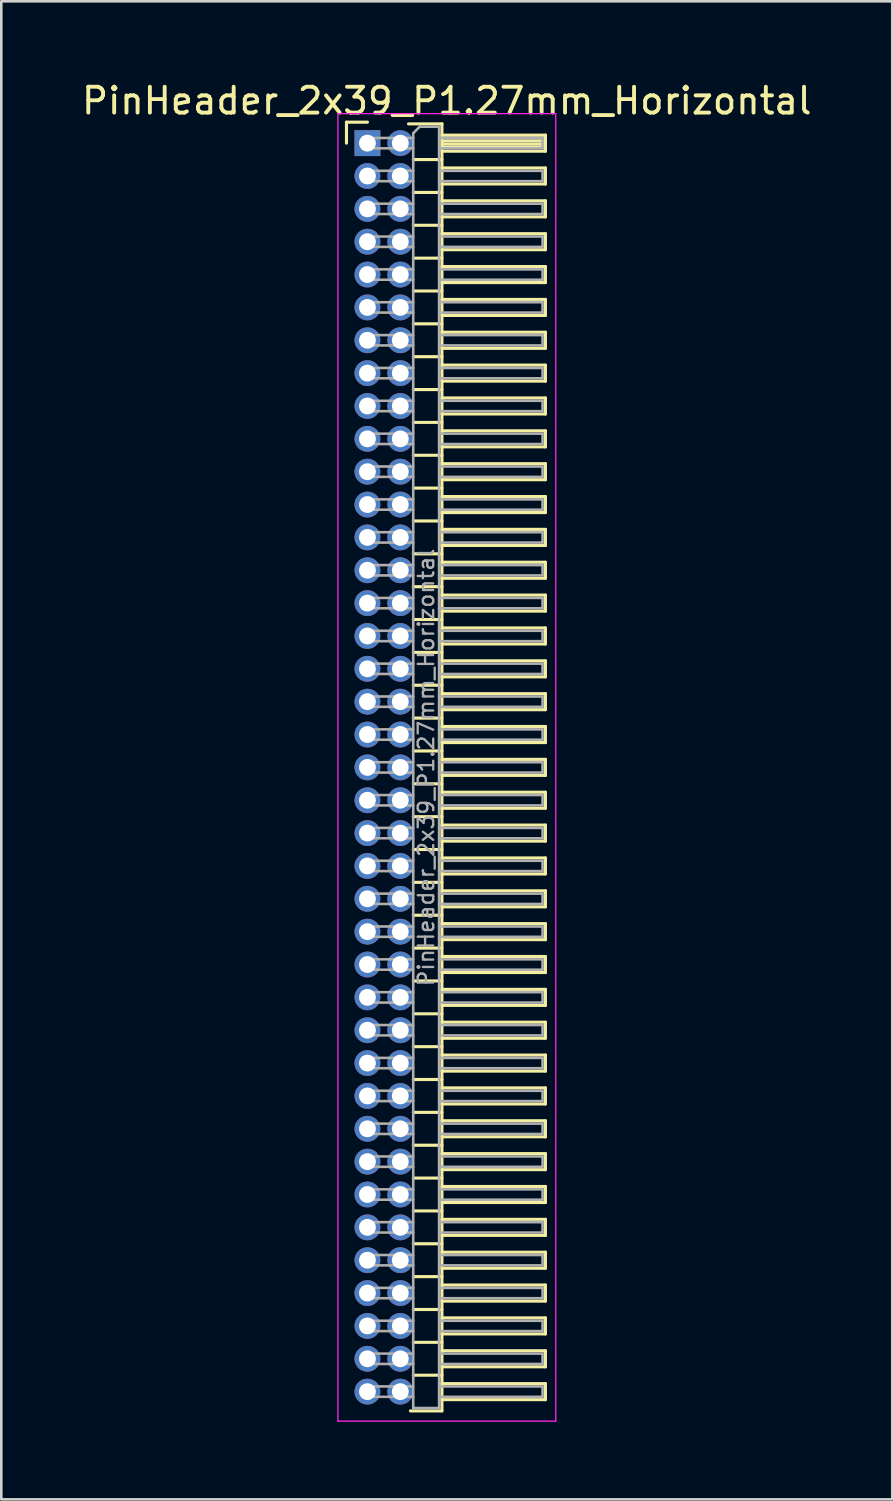
<source format=kicad_pcb>
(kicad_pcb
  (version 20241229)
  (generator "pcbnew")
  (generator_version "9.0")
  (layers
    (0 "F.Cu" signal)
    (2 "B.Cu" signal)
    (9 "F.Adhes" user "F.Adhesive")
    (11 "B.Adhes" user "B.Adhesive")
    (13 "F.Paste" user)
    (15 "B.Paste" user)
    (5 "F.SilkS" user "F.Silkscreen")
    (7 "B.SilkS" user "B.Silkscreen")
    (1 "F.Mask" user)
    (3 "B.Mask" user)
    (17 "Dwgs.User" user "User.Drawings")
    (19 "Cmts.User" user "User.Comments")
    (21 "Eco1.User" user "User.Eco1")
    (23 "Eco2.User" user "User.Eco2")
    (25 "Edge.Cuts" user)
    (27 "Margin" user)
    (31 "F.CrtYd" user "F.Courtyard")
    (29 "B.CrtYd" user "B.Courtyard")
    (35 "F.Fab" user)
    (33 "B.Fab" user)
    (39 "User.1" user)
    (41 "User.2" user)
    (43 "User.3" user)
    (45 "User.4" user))
  (footprint "PinHeader_2x39_P1.27mm_Horizontal"
    (layer "F.Cu")
    (at 11.153 2.483)
    (property "Reference" "PinHeader_2x39_P1.27mm_Horizontal" (at 3.067 -1.635 0) (layer "F.SilkS") (effects (font (size 1 1) (thickness 0.15))))
    (attr through_hole)
    (fp_line (start -0.81 -0.81) (end 0 -0.81) (stroke (width 0.12) (type solid)) (layer "F.SilkS"))
    (fp_line (start -0.81 0) (end -0.81 -0.81) (stroke (width 0.12) (type solid)) (layer "F.SilkS"))
    (fp_line (start 1.588 -0.745) (end 2.88 -0.745) (stroke (width 0.12) (type solid)) (layer "F.SilkS"))
    (fp_line (start 1.773 0.635) (end 2.88 0.635) (stroke (width 0.12) (type solid)) (layer "F.SilkS"))
    (fp_line (start 1.773 1.905) (end 2.88 1.905) (stroke (width 0.12) (type solid)) (layer "F.SilkS"))
    (fp_line (start 1.773 3.175) (end 2.88 3.175) (stroke (width 0.12) (type solid)) (layer "F.SilkS"))
    (fp_line (start 1.773 4.445) (end 2.88 4.445) (stroke (width 0.12) (type solid)) (layer "F.SilkS"))
    (fp_line (start 1.773 5.715) (end 2.88 5.715) (stroke (width 0.12) (type solid)) (layer "F.SilkS"))
    (fp_line (start 1.773 6.985) (end 2.88 6.985) (stroke (width 0.12) (type solid)) (layer "F.SilkS"))
    (fp_line (start 1.773 8.255) (end 2.88 8.255) (stroke (width 0.12) (type solid)) (layer "F.SilkS"))
    (fp_line (start 1.773 9.525) (end 2.88 9.525) (stroke (width 0.12) (type solid)) (layer "F.SilkS"))
    (fp_line (start 1.773 10.795) (end 2.88 10.795) (stroke (width 0.12) (type solid)) (layer "F.SilkS"))
    (fp_line (start 1.773 12.065) (end 2.88 12.065) (stroke (width 0.12) (type solid)) (layer "F.SilkS"))
    (fp_line (start 1.773 13.335) (end 2.88 13.335) (stroke (width 0.12) (type solid)) (layer "F.SilkS"))
    (fp_line (start 1.773 14.605) (end 2.88 14.605) (stroke (width 0.12) (type solid)) (layer "F.SilkS"))
    (fp_line (start 1.773 15.875) (end 2.88 15.875) (stroke (width 0.12) (type solid)) (layer "F.SilkS"))
    (fp_line (start 1.773 17.145) (end 2.88 17.145) (stroke (width 0.12) (type solid)) (layer "F.SilkS"))
    (fp_line (start 1.773 18.415) (end 2.88 18.415) (stroke (width 0.12) (type solid)) (layer "F.SilkS"))
    (fp_line (start 1.773 19.685) (end 2.88 19.685) (stroke (width 0.12) (type solid)) (layer "F.SilkS"))
    (fp_line (start 1.773 20.955) (end 2.88 20.955) (stroke (width 0.12) (type solid)) (layer "F.SilkS"))
    (fp_line (start 1.773 22.225) (end 2.88 22.225) (stroke (width 0.12) (type solid)) (layer "F.SilkS"))
    (fp_line (start 1.773 23.495) (end 2.88 23.495) (stroke (width 0.12) (type solid)) (layer "F.SilkS"))
    (fp_line (start 1.773 24.765) (end 2.88 24.765) (stroke (width 0.12) (type solid)) (layer "F.SilkS"))
    (fp_line (start 1.773 26.035) (end 2.88 26.035) (stroke (width 0.12) (type solid)) (layer "F.SilkS"))
    (fp_line (start 1.773 27.305) (end 2.88 27.305) (stroke (width 0.12) (type solid)) (layer "F.SilkS"))
    (fp_line (start 1.773 28.575) (end 2.88 28.575) (stroke (width 0.12) (type solid)) (layer "F.SilkS"))
    (fp_line (start 1.773 29.845) (end 2.88 29.845) (stroke (width 0.12) (type solid)) (layer "F.SilkS"))
    (fp_line (start 1.773 31.115) (end 2.88 31.115) (stroke (width 0.12) (type solid)) (layer "F.SilkS"))
    (fp_line (start 1.773 32.385) (end 2.88 32.385) (stroke (width 0.12) (type solid)) (layer "F.SilkS"))
    (fp_line (start 1.773 33.655) (end 2.88 33.655) (stroke (width 0.12) (type solid)) (layer "F.SilkS"))
    (fp_line (start 1.773 34.925) (end 2.88 34.925) (stroke (width 0.12) (type solid)) (layer "F.SilkS"))
    (fp_line (start 1.773 36.195) (end 2.88 36.195) (stroke (width 0.12) (type solid)) (layer "F.SilkS"))
    (fp_line (start 1.773 37.465) (end 2.88 37.465) (stroke (width 0.12) (type solid)) (layer "F.SilkS"))
    (fp_line (start 1.773 38.735) (end 2.88 38.735) (stroke (width 0.12) (type solid)) (layer "F.SilkS"))
    (fp_line (start 1.773 40.005) (end 2.88 40.005) (stroke (width 0.12) (type solid)) (layer "F.SilkS"))
    (fp_line (start 1.773 41.275) (end 2.88 41.275) (stroke (width 0.12) (type solid)) (layer "F.SilkS"))
    (fp_line (start 1.773 42.545) (end 2.88 42.545) (stroke (width 0.12) (type solid)) (layer "F.SilkS"))
    (fp_line (start 1.773 43.815) (end 2.88 43.815) (stroke (width 0.12) (type solid)) (layer "F.SilkS"))
    (fp_line (start 1.773 45.085) (end 2.88 45.085) (stroke (width 0.12) (type solid)) (layer "F.SilkS"))
    (fp_line (start 1.773 46.355) (end 2.88 46.355) (stroke (width 0.12) (type solid)) (layer "F.SilkS"))
    (fp_line (start 1.773 47.625) (end 2.88 47.625) (stroke (width 0.12) (type solid)) (layer "F.SilkS"))
    (fp_line (start 2.88 -0.745) (end 2.88 49.005) (stroke (width 0.12) (type solid)) (layer "F.SilkS"))
    (fp_line (start 2.88 -0.31) (end 6.88 -0.31) (stroke (width 0.12) (type solid)) (layer "F.SilkS"))
    (fp_line (start 2.88 -0.2) (end 6.88 -0.2) (stroke (width 0.12) (type solid)) (layer "F.SilkS"))
    (fp_line (start 2.88 -0.08) (end 6.88 -0.08) (stroke (width 0.12) (type solid)) (layer "F.SilkS"))
    (fp_line (start 2.88 0.04) (end 6.88 0.04) (stroke (width 0.12) (type solid)) (layer "F.SilkS"))
    (fp_line (start 2.88 0.16) (end 6.88 0.16) (stroke (width 0.12) (type solid)) (layer "F.SilkS"))
    (fp_line (start 2.88 0.96) (end 6.88 0.96) (stroke (width 0.12) (type solid)) (layer "F.SilkS"))
    (fp_line (start 2.88 2.23) (end 6.88 2.23) (stroke (width 0.12) (type solid)) (layer "F.SilkS"))
    (fp_line (start 2.88 3.5) (end 6.88 3.5) (stroke (width 0.12) (type solid)) (layer "F.SilkS"))
    (fp_line (start 2.88 4.77) (end 6.88 4.77) (stroke (width 0.12) (type solid)) (layer "F.SilkS"))
    (fp_line (start 2.88 6.04) (end 6.88 6.04) (stroke (width 0.12) (type solid)) (layer "F.SilkS"))
    (fp_line (start 2.88 7.31) (end 6.88 7.31) (stroke (width 0.12) (type solid)) (layer "F.SilkS"))
    (fp_line (start 2.88 8.58) (end 6.88 8.58) (stroke (width 0.12) (type solid)) (layer "F.SilkS"))
    (fp_line (start 2.88 9.85) (end 6.88 9.85) (stroke (width 0.12) (type solid)) (layer "F.SilkS"))
    (fp_line (start 2.88 11.12) (end 6.88 11.12) (stroke (width 0.12) (type solid)) (layer "F.SilkS"))
    (fp_line (start 2.88 12.39) (end 6.88 12.39) (stroke (width 0.12) (type solid)) (layer "F.SilkS"))
    (fp_line (start 2.88 13.66) (end 6.88 13.66) (stroke (width 0.12) (type solid)) (layer "F.SilkS"))
    (fp_line (start 2.88 14.93) (end 6.88 14.93) (stroke (width 0.12) (type solid)) (layer "F.SilkS"))
    (fp_line (start 2.88 16.2) (end 6.88 16.2) (stroke (width 0.12) (type solid)) (layer "F.SilkS"))
    (fp_line (start 2.88 17.47) (end 6.88 17.47) (stroke (width 0.12) (type solid)) (layer "F.SilkS"))
    (fp_line (start 2.88 18.74) (end 6.88 18.74) (stroke (width 0.12) (type solid)) (layer "F.SilkS"))
    (fp_line (start 2.88 20.01) (end 6.88 20.01) (stroke (width 0.12) (type solid)) (layer "F.SilkS"))
    (fp_line (start 2.88 21.28) (end 6.88 21.28) (stroke (width 0.12) (type solid)) (layer "F.SilkS"))
    (fp_line (start 2.88 22.55) (end 6.88 22.55) (stroke (width 0.12) (type solid)) (layer "F.SilkS"))
    (fp_line (start 2.88 23.82) (end 6.88 23.82) (stroke (width 0.12) (type solid)) (layer "F.SilkS"))
    (fp_line (start 2.88 25.09) (end 6.88 25.09) (stroke (width 0.12) (type solid)) (layer "F.SilkS"))
    (fp_line (start 2.88 26.36) (end 6.88 26.36) (stroke (width 0.12) (type solid)) (layer "F.SilkS"))
    (fp_line (start 2.88 27.63) (end 6.88 27.63) (stroke (width 0.12) (type solid)) (layer "F.SilkS"))
    (fp_line (start 2.88 28.9) (end 6.88 28.9) (stroke (width 0.12) (type solid)) (layer "F.SilkS"))
    (fp_line (start 2.88 30.17) (end 6.88 30.17) (stroke (width 0.12) (type solid)) (layer "F.SilkS"))
    (fp_line (start 2.88 31.44) (end 6.88 31.44) (stroke (width 0.12) (type solid)) (layer "F.SilkS"))
    (fp_line (start 2.88 32.71) (end 6.88 32.71) (stroke (width 0.12) (type solid)) (layer "F.SilkS"))
    (fp_line (start 2.88 33.98) (end 6.88 33.98) (stroke (width 0.12) (type solid)) (layer "F.SilkS"))
    (fp_line (start 2.88 35.25) (end 6.88 35.25) (stroke (width 0.12) (type solid)) (layer "F.SilkS"))
    (fp_line (start 2.88 36.52) (end 6.88 36.52) (stroke (width 0.12) (type solid)) (layer "F.SilkS"))
    (fp_line (start 2.88 37.79) (end 6.88 37.79) (stroke (width 0.12) (type solid)) (layer "F.SilkS"))
    (fp_line (start 2.88 39.06) (end 6.88 39.06) (stroke (width 0.12) (type solid)) (layer "F.SilkS"))
    (fp_line (start 2.88 40.33) (end 6.88 40.33) (stroke (width 0.12) (type solid)) (layer "F.SilkS"))
    (fp_line (start 2.88 41.6) (end 6.88 41.6) (stroke (width 0.12) (type solid)) (layer "F.SilkS"))
    (fp_line (start 2.88 42.87) (end 6.88 42.87) (stroke (width 0.12) (type solid)) (layer "F.SilkS"))
    (fp_line (start 2.88 44.14) (end 6.88 44.14) (stroke (width 0.12) (type solid)) (layer "F.SilkS"))
    (fp_line (start 2.88 45.41) (end 6.88 45.41) (stroke (width 0.12) (type solid)) (layer "F.SilkS"))
    (fp_line (start 2.88 46.68) (end 6.88 46.68) (stroke (width 0.12) (type solid)) (layer "F.SilkS"))
    (fp_line (start 2.88 47.95) (end 6.88 47.95) (stroke (width 0.12) (type solid)) (layer "F.SilkS"))
    (fp_line (start 2.88 49.005) (end 1.66 49.005) (stroke (width 0.12) (type solid)) (layer "F.SilkS"))
    (fp_line (start 6.88 -0.31) (end 6.88 0.31) (stroke (width 0.12) (type solid)) (layer "F.SilkS"))
    (fp_line (start 6.88 0.31) (end 2.88 0.31) (stroke (width 0.12) (type solid)) (layer "F.SilkS"))
    (fp_line (start 6.88 0.96) (end 6.88 1.58) (stroke (width 0.12) (type solid)) (layer "F.SilkS"))
    (fp_line (start 6.88 1.58) (end 2.88 1.58) (stroke (width 0.12) (type solid)) (layer "F.SilkS"))
    (fp_line (start 6.88 2.23) (end 6.88 2.85) (stroke (width 0.12) (type solid)) (layer "F.SilkS"))
    (fp_line (start 6.88 2.85) (end 2.88 2.85) (stroke (width 0.12) (type solid)) (layer "F.SilkS"))
    (fp_line (start 6.88 3.5) (end 6.88 4.12) (stroke (width 0.12) (type solid)) (layer "F.SilkS"))
    (fp_line (start 6.88 4.12) (end 2.88 4.12) (stroke (width 0.12) (type solid)) (layer "F.SilkS"))
    (fp_line (start 6.88 4.77) (end 6.88 5.39) (stroke (width 0.12) (type solid)) (layer "F.SilkS"))
    (fp_line (start 6.88 5.39) (end 2.88 5.39) (stroke (width 0.12) (type solid)) (layer "F.SilkS"))
    (fp_line (start 6.88 6.04) (end 6.88 6.66) (stroke (width 0.12) (type solid)) (layer "F.SilkS"))
    (fp_line (start 6.88 6.66) (end 2.88 6.66) (stroke (width 0.12) (type solid)) (layer "F.SilkS"))
    (fp_line (start 6.88 7.31) (end 6.88 7.93) (stroke (width 0.12) (type solid)) (layer "F.SilkS"))
    (fp_line (start 6.88 7.93) (end 2.88 7.93) (stroke (width 0.12) (type solid)) (layer "F.SilkS"))
    (fp_line (start 6.88 8.58) (end 6.88 9.2) (stroke (width 0.12) (type solid)) (layer "F.SilkS"))
    (fp_line (start 6.88 9.2) (end 2.88 9.2) (stroke (width 0.12) (type solid)) (layer "F.SilkS"))
    (fp_line (start 6.88 9.85) (end 6.88 10.47) (stroke (width 0.12) (type solid)) (layer "F.SilkS"))
    (fp_line (start 6.88 10.47) (end 2.88 10.47) (stroke (width 0.12) (type solid)) (layer "F.SilkS"))
    (fp_line (start 6.88 11.12) (end 6.88 11.74) (stroke (width 0.12) (type solid)) (layer "F.SilkS"))
    (fp_line (start 6.88 11.74) (end 2.88 11.74) (stroke (width 0.12) (type solid)) (layer "F.SilkS"))
    (fp_line (start 6.88 12.39) (end 6.88 13.01) (stroke (width 0.12) (type solid)) (layer "F.SilkS"))
    (fp_line (start 6.88 13.01) (end 2.88 13.01) (stroke (width 0.12) (type solid)) (layer "F.SilkS"))
    (fp_line (start 6.88 13.66) (end 6.88 14.28) (stroke (width 0.12) (type solid)) (layer "F.SilkS"))
    (fp_line (start 6.88 14.28) (end 2.88 14.28) (stroke (width 0.12) (type solid)) (layer "F.SilkS"))
    (fp_line (start 6.88 14.93) (end 6.88 15.55) (stroke (width 0.12) (type solid)) (layer "F.SilkS"))
    (fp_line (start 6.88 15.55) (end 2.88 15.55) (stroke (width 0.12) (type solid)) (layer "F.SilkS"))
    (fp_line (start 6.88 16.2) (end 6.88 16.82) (stroke (width 0.12) (type solid)) (layer "F.SilkS"))
    (fp_line (start 6.88 16.82) (end 2.88 16.82) (stroke (width 0.12) (type solid)) (layer "F.SilkS"))
    (fp_line (start 6.88 17.47) (end 6.88 18.09) (stroke (width 0.12) (type solid)) (layer "F.SilkS"))
    (fp_line (start 6.88 18.09) (end 2.88 18.09) (stroke (width 0.12) (type solid)) (layer "F.SilkS"))
    (fp_line (start 6.88 18.74) (end 6.88 19.36) (stroke (width 0.12) (type solid)) (layer "F.SilkS"))
    (fp_line (start 6.88 19.36) (end 2.88 19.36) (stroke (width 0.12) (type solid)) (layer "F.SilkS"))
    (fp_line (start 6.88 20.01) (end 6.88 20.63) (stroke (width 0.12) (type solid)) (layer "F.SilkS"))
    (fp_line (start 6.88 20.63) (end 2.88 20.63) (stroke (width 0.12) (type solid)) (layer "F.SilkS"))
    (fp_line (start 6.88 21.28) (end 6.88 21.9) (stroke (width 0.12) (type solid)) (layer "F.SilkS"))
    (fp_line (start 6.88 21.9) (end 2.88 21.9) (stroke (width 0.12) (type solid)) (layer "F.SilkS"))
    (fp_line (start 6.88 22.55) (end 6.88 23.17) (stroke (width 0.12) (type solid)) (layer "F.SilkS"))
    (fp_line (start 6.88 23.17) (end 2.88 23.17) (stroke (width 0.12) (type solid)) (layer "F.SilkS"))
    (fp_line (start 6.88 23.82) (end 6.88 24.44) (stroke (width 0.12) (type solid)) (layer "F.SilkS"))
    (fp_line (start 6.88 24.44) (end 2.88 24.44) (stroke (width 0.12) (type solid)) (layer "F.SilkS"))
    (fp_line (start 6.88 25.09) (end 6.88 25.71) (stroke (width 0.12) (type solid)) (layer "F.SilkS"))
    (fp_line (start 6.88 25.71) (end 2.88 25.71) (stroke (width 0.12) (type solid)) (layer "F.SilkS"))
    (fp_line (start 6.88 26.36) (end 6.88 26.98) (stroke (width 0.12) (type solid)) (layer "F.SilkS"))
    (fp_line (start 6.88 26.98) (end 2.88 26.98) (stroke (width 0.12) (type solid)) (layer "F.SilkS"))
    (fp_line (start 6.88 27.63) (end 6.88 28.25) (stroke (width 0.12) (type solid)) (layer "F.SilkS"))
    (fp_line (start 6.88 28.25) (end 2.88 28.25) (stroke (width 0.12) (type solid)) (layer "F.SilkS"))
    (fp_line (start 6.88 28.9) (end 6.88 29.52) (stroke (width 0.12) (type solid)) (layer "F.SilkS"))
    (fp_line (start 6.88 29.52) (end 2.88 29.52) (stroke (width 0.12) (type solid)) (layer "F.SilkS"))
    (fp_line (start 6.88 30.17) (end 6.88 30.79) (stroke (width 0.12) (type solid)) (layer "F.SilkS"))
    (fp_line (start 6.88 30.79) (end 2.88 30.79) (stroke (width 0.12) (type solid)) (layer "F.SilkS"))
    (fp_line (start 6.88 31.44) (end 6.88 32.06) (stroke (width 0.12) (type solid)) (layer "F.SilkS"))
    (fp_line (start 6.88 32.06) (end 2.88 32.06) (stroke (width 0.12) (type solid)) (layer "F.SilkS"))
    (fp_line (start 6.88 32.71) (end 6.88 33.33) (stroke (width 0.12) (type solid)) (layer "F.SilkS"))
    (fp_line (start 6.88 33.33) (end 2.88 33.33) (stroke (width 0.12) (type solid)) (layer "F.SilkS"))
    (fp_line (start 6.88 33.98) (end 6.88 34.6) (stroke (width 0.12) (type solid)) (layer "F.SilkS"))
    (fp_line (start 6.88 34.6) (end 2.88 34.6) (stroke (width 0.12) (type solid)) (layer "F.SilkS"))
    (fp_line (start 6.88 35.25) (end 6.88 35.87) (stroke (width 0.12) (type solid)) (layer "F.SilkS"))
    (fp_line (start 6.88 35.87) (end 2.88 35.87) (stroke (width 0.12) (type solid)) (layer "F.SilkS"))
    (fp_line (start 6.88 36.52) (end 6.88 37.14) (stroke (width 0.12) (type solid)) (layer "F.SilkS"))
    (fp_line (start 6.88 37.14) (end 2.88 37.14) (stroke (width 0.12) (type solid)) (layer "F.SilkS"))
    (fp_line (start 6.88 37.79) (end 6.88 38.41) (stroke (width 0.12) (type solid)) (layer "F.SilkS"))
    (fp_line (start 6.88 38.41) (end 2.88 38.41) (stroke (width 0.12) (type solid)) (layer "F.SilkS"))
    (fp_line (start 6.88 39.06) (end 6.88 39.68) (stroke (width 0.12) (type solid)) (layer "F.SilkS"))
    (fp_line (start 6.88 39.68) (end 2.88 39.68) (stroke (width 0.12) (type solid)) (layer "F.SilkS"))
    (fp_line (start 6.88 40.33) (end 6.88 40.95) (stroke (width 0.12) (type solid)) (layer "F.SilkS"))
    (fp_line (start 6.88 40.95) (end 2.88 40.95) (stroke (width 0.12) (type solid)) (layer "F.SilkS"))
    (fp_line (start 6.88 41.6) (end 6.88 42.22) (stroke (width 0.12) (type solid)) (layer "F.SilkS"))
    (fp_line (start 6.88 42.22) (end 2.88 42.22) (stroke (width 0.12) (type solid)) (layer "F.SilkS"))
    (fp_line (start 6.88 42.87) (end 6.88 43.49) (stroke (width 0.12) (type solid)) (layer "F.SilkS"))
    (fp_line (start 6.88 43.49) (end 2.88 43.49) (stroke (width 0.12) (type solid)) (layer "F.SilkS"))
    (fp_line (start 6.88 44.14) (end 6.88 44.76) (stroke (width 0.12) (type solid)) (layer "F.SilkS"))
    (fp_line (start 6.88 44.76) (end 2.88 44.76) (stroke (width 0.12) (type solid)) (layer "F.SilkS"))
    (fp_line (start 6.88 45.41) (end 6.88 46.03) (stroke (width 0.12) (type solid)) (layer "F.SilkS"))
    (fp_line (start 6.88 46.03) (end 2.88 46.03) (stroke (width 0.12) (type solid)) (layer "F.SilkS"))
    (fp_line (start 6.88 46.68) (end 6.88 47.3) (stroke (width 0.12) (type solid)) (layer "F.SilkS"))
    (fp_line (start 6.88 47.3) (end 2.88 47.3) (stroke (width 0.12) (type solid)) (layer "F.SilkS"))
    (fp_line (start 6.88 47.95) (end 6.88 48.57) (stroke (width 0.12) (type solid)) (layer "F.SilkS"))
    (fp_line (start 6.88 48.57) (end 2.88 48.57) (stroke (width 0.12) (type solid)) (layer "F.SilkS"))
    (fp_line (start -1.14 -1.14) (end -1.14 49.4) (stroke (width 0.05) (type solid)) (layer "F.CrtYd"))
    (fp_line (start -1.14 49.4) (end 7.28 49.4) (stroke (width 0.05) (type solid)) (layer "F.CrtYd"))
    (fp_line (start 7.28 -1.14) (end -1.14 -1.14) (stroke (width 0.05) (type solid)) (layer "F.CrtYd"))
    (fp_line (start 7.28 49.4) (end 7.28 -1.14) (stroke (width 0.05) (type solid)) (layer "F.CrtYd"))
    (fp_line (start -0.2 -0.2) (end -0.2 0.2) (stroke (width 0.1) (type solid)) (layer "F.Fab"))
    (fp_line (start -0.2 -0.2) (end 1.77 -0.2) (stroke (width 0.1) (type solid)) (layer "F.Fab"))
    (fp_line (start -0.2 0.2) (end 1.77 0.2) (stroke (width 0.1) (type solid)) (layer "F.Fab"))
    (fp_line (start -0.2 1.07) (end -0.2 1.47) (stroke (width 0.1) (type solid)) (layer "F.Fab"))
    (fp_line (start -0.2 1.07) (end 1.77 1.07) (stroke (width 0.1) (type solid)) (layer "F.Fab"))
    (fp_line (start -0.2 1.47) (end 1.77 1.47) (stroke (width 0.1) (type solid)) (layer "F.Fab"))
    (fp_line (start -0.2 2.34) (end -0.2 2.74) (stroke (width 0.1) (type solid)) (layer "F.Fab"))
    (fp_line (start -0.2 2.34) (end 1.77 2.34) (stroke (width 0.1) (type solid)) (layer "F.Fab"))
    (fp_line (start -0.2 2.74) (end 1.77 2.74) (stroke (width 0.1) (type solid)) (layer "F.Fab"))
    (fp_line (start -0.2 3.61) (end -0.2 4.01) (stroke (width 0.1) (type solid)) (layer "F.Fab"))
    (fp_line (start -0.2 3.61) (end 1.77 3.61) (stroke (width 0.1) (type solid)) (layer "F.Fab"))
    (fp_line (start -0.2 4.01) (end 1.77 4.01) (stroke (width 0.1) (type solid)) (layer "F.Fab"))
    (fp_line (start -0.2 4.88) (end -0.2 5.28) (stroke (width 0.1) (type solid)) (layer "F.Fab"))
    (fp_line (start -0.2 4.88) (end 1.77 4.88) (stroke (width 0.1) (type solid)) (layer "F.Fab"))
    (fp_line (start -0.2 5.28) (end 1.77 5.28) (stroke (width 0.1) (type solid)) (layer "F.Fab"))
    (fp_line (start -0.2 6.15) (end -0.2 6.55) (stroke (width 0.1) (type solid)) (layer "F.Fab"))
    (fp_line (start -0.2 6.15) (end 1.77 6.15) (stroke (width 0.1) (type solid)) (layer "F.Fab"))
    (fp_line (start -0.2 6.55) (end 1.77 6.55) (stroke (width 0.1) (type solid)) (layer "F.Fab"))
    (fp_line (start -0.2 7.42) (end -0.2 7.82) (stroke (width 0.1) (type solid)) (layer "F.Fab"))
    (fp_line (start -0.2 7.42) (end 1.77 7.42) (stroke (width 0.1) (type solid)) (layer "F.Fab"))
    (fp_line (start -0.2 7.82) (end 1.77 7.82) (stroke (width 0.1) (type solid)) (layer "F.Fab"))
    (fp_line (start -0.2 8.69) (end -0.2 9.09) (stroke (width 0.1) (type solid)) (layer "F.Fab"))
    (fp_line (start -0.2 8.69) (end 1.77 8.69) (stroke (width 0.1) (type solid)) (layer "F.Fab"))
    (fp_line (start -0.2 9.09) (end 1.77 9.09) (stroke (width 0.1) (type solid)) (layer "F.Fab"))
    (fp_line (start -0.2 9.96) (end -0.2 10.36) (stroke (width 0.1) (type solid)) (layer "F.Fab"))
    (fp_line (start -0.2 9.96) (end 1.77 9.96) (stroke (width 0.1) (type solid)) (layer "F.Fab"))
    (fp_line (start -0.2 10.36) (end 1.77 10.36) (stroke (width 0.1) (type solid)) (layer "F.Fab"))
    (fp_line (start -0.2 11.23) (end -0.2 11.63) (stroke (width 0.1) (type solid)) (layer "F.Fab"))
    (fp_line (start -0.2 11.23) (end 1.77 11.23) (stroke (width 0.1) (type solid)) (layer "F.Fab"))
    (fp_line (start -0.2 11.63) (end 1.77 11.63) (stroke (width 0.1) (type solid)) (layer "F.Fab"))
    (fp_line (start -0.2 12.5) (end -0.2 12.9) (stroke (width 0.1) (type solid)) (layer "F.Fab"))
    (fp_line (start -0.2 12.5) (end 1.77 12.5) (stroke (width 0.1) (type solid)) (layer "F.Fab"))
    (fp_line (start -0.2 12.9) (end 1.77 12.9) (stroke (width 0.1) (type solid)) (layer "F.Fab"))
    (fp_line (start -0.2 13.77) (end -0.2 14.17) (stroke (width 0.1) (type solid)) (layer "F.Fab"))
    (fp_line (start -0.2 13.77) (end 1.77 13.77) (stroke (width 0.1) (type solid)) (layer "F.Fab"))
    (fp_line (start -0.2 14.17) (end 1.77 14.17) (stroke (width 0.1) (type solid)) (layer "F.Fab"))
    (fp_line (start -0.2 15.04) (end -0.2 15.44) (stroke (width 0.1) (type solid)) (layer "F.Fab"))
    (fp_line (start -0.2 15.04) (end 1.77 15.04) (stroke (width 0.1) (type solid)) (layer "F.Fab"))
    (fp_line (start -0.2 15.44) (end 1.77 15.44) (stroke (width 0.1) (type solid)) (layer "F.Fab"))
    (fp_line (start -0.2 16.31) (end -0.2 16.71) (stroke (width 0.1) (type solid)) (layer "F.Fab"))
    (fp_line (start -0.2 16.31) (end 1.77 16.31) (stroke (width 0.1) (type solid)) (layer "F.Fab"))
    (fp_line (start -0.2 16.71) (end 1.77 16.71) (stroke (width 0.1) (type solid)) (layer "F.Fab"))
    (fp_line (start -0.2 17.58) (end -0.2 17.98) (stroke (width 0.1) (type solid)) (layer "F.Fab"))
    (fp_line (start -0.2 17.58) (end 1.77 17.58) (stroke (width 0.1) (type solid)) (layer "F.Fab"))
    (fp_line (start -0.2 17.98) (end 1.77 17.98) (stroke (width 0.1) (type solid)) (layer "F.Fab"))
    (fp_line (start -0.2 18.85) (end -0.2 19.25) (stroke (width 0.1) (type solid)) (layer "F.Fab"))
    (fp_line (start -0.2 18.85) (end 1.77 18.85) (stroke (width 0.1) (type solid)) (layer "F.Fab"))
    (fp_line (start -0.2 19.25) (end 1.77 19.25) (stroke (width 0.1) (type solid)) (layer "F.Fab"))
    (fp_line (start -0.2 20.12) (end -0.2 20.52) (stroke (width 0.1) (type solid)) (layer "F.Fab"))
    (fp_line (start -0.2 20.12) (end 1.77 20.12) (stroke (width 0.1) (type solid)) (layer "F.Fab"))
    (fp_line (start -0.2 20.52) (end 1.77 20.52) (stroke (width 0.1) (type solid)) (layer "F.Fab"))
    (fp_line (start -0.2 21.39) (end -0.2 21.79) (stroke (width 0.1) (type solid)) (layer "F.Fab"))
    (fp_line (start -0.2 21.39) (end 1.77 21.39) (stroke (width 0.1) (type solid)) (layer "F.Fab"))
    (fp_line (start -0.2 21.79) (end 1.77 21.79) (stroke (width 0.1) (type solid)) (layer "F.Fab"))
    (fp_line (start -0.2 22.66) (end -0.2 23.06) (stroke (width 0.1) (type solid)) (layer "F.Fab"))
    (fp_line (start -0.2 22.66) (end 1.77 22.66) (stroke (width 0.1) (type solid)) (layer "F.Fab"))
    (fp_line (start -0.2 23.06) (end 1.77 23.06) (stroke (width 0.1) (type solid)) (layer "F.Fab"))
    (fp_line (start -0.2 23.93) (end -0.2 24.33) (stroke (width 0.1) (type solid)) (layer "F.Fab"))
    (fp_line (start -0.2 23.93) (end 1.77 23.93) (stroke (width 0.1) (type solid)) (layer "F.Fab"))
    (fp_line (start -0.2 24.33) (end 1.77 24.33) (stroke (width 0.1) (type solid)) (layer "F.Fab"))
    (fp_line (start -0.2 25.2) (end -0.2 25.6) (stroke (width 0.1) (type solid)) (layer "F.Fab"))
    (fp_line (start -0.2 25.2) (end 1.77 25.2) (stroke (width 0.1) (type solid)) (layer "F.Fab"))
    (fp_line (start -0.2 25.6) (end 1.77 25.6) (stroke (width 0.1) (type solid)) (layer "F.Fab"))
    (fp_line (start -0.2 26.47) (end -0.2 26.87) (stroke (width 0.1) (type solid)) (layer "F.Fab"))
    (fp_line (start -0.2 26.47) (end 1.77 26.47) (stroke (width 0.1) (type solid)) (layer "F.Fab"))
    (fp_line (start -0.2 26.87) (end 1.77 26.87) (stroke (width 0.1) (type solid)) (layer "F.Fab"))
    (fp_line (start -0.2 27.74) (end -0.2 28.14) (stroke (width 0.1) (type solid)) (layer "F.Fab"))
    (fp_line (start -0.2 27.74) (end 1.77 27.74) (stroke (width 0.1) (type solid)) (layer "F.Fab"))
    (fp_line (start -0.2 28.14) (end 1.77 28.14) (stroke (width 0.1) (type solid)) (layer "F.Fab"))
    (fp_line (start -0.2 29.01) (end -0.2 29.41) (stroke (width 0.1) (type solid)) (layer "F.Fab"))
    (fp_line (start -0.2 29.01) (end 1.77 29.01) (stroke (width 0.1) (type solid)) (layer "F.Fab"))
    (fp_line (start -0.2 29.41) (end 1.77 29.41) (stroke (width 0.1) (type solid)) (layer "F.Fab"))
    (fp_line (start -0.2 30.28) (end -0.2 30.68) (stroke (width 0.1) (type solid)) (layer "F.Fab"))
    (fp_line (start -0.2 30.28) (end 1.77 30.28) (stroke (width 0.1) (type solid)) (layer "F.Fab"))
    (fp_line (start -0.2 30.68) (end 1.77 30.68) (stroke (width 0.1) (type solid)) (layer "F.Fab"))
    (fp_line (start -0.2 31.55) (end -0.2 31.95) (stroke (width 0.1) (type solid)) (layer "F.Fab"))
    (fp_line (start -0.2 31.55) (end 1.77 31.55) (stroke (width 0.1) (type solid)) (layer "F.Fab"))
    (fp_line (start -0.2 31.95) (end 1.77 31.95) (stroke (width 0.1) (type solid)) (layer "F.Fab"))
    (fp_line (start -0.2 32.82) (end -0.2 33.22) (stroke (width 0.1) (type solid)) (layer "F.Fab"))
    (fp_line (start -0.2 32.82) (end 1.77 32.82) (stroke (width 0.1) (type solid)) (layer "F.Fab"))
    (fp_line (start -0.2 33.22) (end 1.77 33.22) (stroke (width 0.1) (type solid)) (layer "F.Fab"))
    (fp_line (start -0.2 34.09) (end -0.2 34.49) (stroke (width 0.1) (type solid)) (layer "F.Fab"))
    (fp_line (start -0.2 34.09) (end 1.77 34.09) (stroke (width 0.1) (type solid)) (layer "F.Fab"))
    (fp_line (start -0.2 34.49) (end 1.77 34.49) (stroke (width 0.1) (type solid)) (layer "F.Fab"))
    (fp_line (start -0.2 35.36) (end -0.2 35.76) (stroke (width 0.1) (type solid)) (layer "F.Fab"))
    (fp_line (start -0.2 35.36) (end 1.77 35.36) (stroke (width 0.1) (type solid)) (layer "F.Fab"))
    (fp_line (start -0.2 35.76) (end 1.77 35.76) (stroke (width 0.1) (type solid)) (layer "F.Fab"))
    (fp_line (start -0.2 36.63) (end -0.2 37.03) (stroke (width 0.1) (type solid)) (layer "F.Fab"))
    (fp_line (start -0.2 36.63) (end 1.77 36.63) (stroke (width 0.1) (type solid)) (layer "F.Fab"))
    (fp_line (start -0.2 37.03) (end 1.77 37.03) (stroke (width 0.1) (type solid)) (layer "F.Fab"))
    (fp_line (start -0.2 37.9) (end -0.2 38.3) (stroke (width 0.1) (type solid)) (layer "F.Fab"))
    (fp_line (start -0.2 37.9) (end 1.77 37.9) (stroke (width 0.1) (type solid)) (layer "F.Fab"))
    (fp_line (start -0.2 38.3) (end 1.77 38.3) (stroke (width 0.1) (type solid)) (layer "F.Fab"))
    (fp_line (start -0.2 39.17) (end -0.2 39.57) (stroke (width 0.1) (type solid)) (layer "F.Fab"))
    (fp_line (start -0.2 39.17) (end 1.77 39.17) (stroke (width 0.1) (type solid)) (layer "F.Fab"))
    (fp_line (start -0.2 39.57) (end 1.77 39.57) (stroke (width 0.1) (type solid)) (layer "F.Fab"))
    (fp_line (start -0.2 40.44) (end -0.2 40.84) (stroke (width 0.1) (type solid)) (layer "F.Fab"))
    (fp_line (start -0.2 40.44) (end 1.77 40.44) (stroke (width 0.1) (type solid)) (layer "F.Fab"))
    (fp_line (start -0.2 40.84) (end 1.77 40.84) (stroke (width 0.1) (type solid)) (layer "F.Fab"))
    (fp_line (start -0.2 41.71) (end -0.2 42.11) (stroke (width 0.1) (type solid)) (layer "F.Fab"))
    (fp_line (start -0.2 41.71) (end 1.77 41.71) (stroke (width 0.1) (type solid)) (layer "F.Fab"))
    (fp_line (start -0.2 42.11) (end 1.77 42.11) (stroke (width 0.1) (type solid)) (layer "F.Fab"))
    (fp_line (start -0.2 42.98) (end -0.2 43.38) (stroke (width 0.1) (type solid)) (layer "F.Fab"))
    (fp_line (start -0.2 42.98) (end 1.77 42.98) (stroke (width 0.1) (type solid)) (layer "F.Fab"))
    (fp_line (start -0.2 43.38) (end 1.77 43.38) (stroke (width 0.1) (type solid)) (layer "F.Fab"))
    (fp_line (start -0.2 44.25) (end -0.2 44.65) (stroke (width 0.1) (type solid)) (layer "F.Fab"))
    (fp_line (start -0.2 44.25) (end 1.77 44.25) (stroke (width 0.1) (type solid)) (layer "F.Fab"))
    (fp_line (start -0.2 44.65) (end 1.77 44.65) (stroke (width 0.1) (type solid)) (layer "F.Fab"))
    (fp_line (start -0.2 45.52) (end -0.2 45.92) (stroke (width 0.1) (type solid)) (layer "F.Fab"))
    (fp_line (start -0.2 45.52) (end 1.77 45.52) (stroke (width 0.1) (type solid)) (layer "F.Fab"))
    (fp_line (start -0.2 45.92) (end 1.77 45.92) (stroke (width 0.1) (type solid)) (layer "F.Fab"))
    (fp_line (start -0.2 46.79) (end -0.2 47.19) (stroke (width 0.1) (type solid)) (layer "F.Fab"))
    (fp_line (start -0.2 46.79) (end 1.77 46.79) (stroke (width 0.1) (type solid)) (layer "F.Fab"))
    (fp_line (start -0.2 47.19) (end 1.77 47.19) (stroke (width 0.1) (type solid)) (layer "F.Fab"))
    (fp_line (start -0.2 48.06) (end -0.2 48.46) (stroke (width 0.1) (type solid)) (layer "F.Fab"))
    (fp_line (start -0.2 48.06) (end 1.77 48.06) (stroke (width 0.1) (type solid)) (layer "F.Fab"))
    (fp_line (start -0.2 48.46) (end 1.77 48.46) (stroke (width 0.1) (type solid)) (layer "F.Fab"))
    (fp_line (start 1.77 -0.385) (end 2.02 -0.635) (stroke (width 0.1) (type solid)) (layer "F.Fab"))
    (fp_line (start 1.77 48.895) (end 1.77 -0.385) (stroke (width 0.1) (type solid)) (layer "F.Fab"))
    (fp_line (start 2.02 -0.635) (end 2.77 -0.635) (stroke (width 0.1) (type solid)) (layer "F.Fab"))
    (fp_line (start 2.77 -0.635) (end 2.77 48.895) (stroke (width 0.1) (type solid)) (layer "F.Fab"))
    (fp_line (start 2.77 -0.2) (end 6.77 -0.2) (stroke (width 0.1) (type solid)) (layer "F.Fab"))
    (fp_line (start 2.77 0.2) (end 6.77 0.2) (stroke (width 0.1) (type solid)) (layer "F.Fab"))
    (fp_line (start 2.77 1.07) (end 6.77 1.07) (stroke (width 0.1) (type solid)) (layer "F.Fab"))
    (fp_line (start 2.77 1.47) (end 6.77 1.47) (stroke (width 0.1) (type solid)) (layer "F.Fab"))
    (fp_line (start 2.77 2.34) (end 6.77 2.34) (stroke (width 0.1) (type solid)) (layer "F.Fab"))
    (fp_line (start 2.77 2.74) (end 6.77 2.74) (stroke (width 0.1) (type solid)) (layer "F.Fab"))
    (fp_line (start 2.77 3.61) (end 6.77 3.61) (stroke (width 0.1) (type solid)) (layer "F.Fab"))
    (fp_line (start 2.77 4.01) (end 6.77 4.01) (stroke (width 0.1) (type solid)) (layer "F.Fab"))
    (fp_line (start 2.77 4.88) (end 6.77 4.88) (stroke (width 0.1) (type solid)) (layer "F.Fab"))
    (fp_line (start 2.77 5.28) (end 6.77 5.28) (stroke (width 0.1) (type solid)) (layer "F.Fab"))
    (fp_line (start 2.77 6.15) (end 6.77 6.15) (stroke (width 0.1) (type solid)) (layer "F.Fab"))
    (fp_line (start 2.77 6.55) (end 6.77 6.55) (stroke (width 0.1) (type solid)) (layer "F.Fab"))
    (fp_line (start 2.77 7.42) (end 6.77 7.42) (stroke (width 0.1) (type solid)) (layer "F.Fab"))
    (fp_line (start 2.77 7.82) (end 6.77 7.82) (stroke (width 0.1) (type solid)) (layer "F.Fab"))
    (fp_line (start 2.77 8.69) (end 6.77 8.69) (stroke (width 0.1) (type solid)) (layer "F.Fab"))
    (fp_line (start 2.77 9.09) (end 6.77 9.09) (stroke (width 0.1) (type solid)) (layer "F.Fab"))
    (fp_line (start 2.77 9.96) (end 6.77 9.96) (stroke (width 0.1) (type solid)) (layer "F.Fab"))
    (fp_line (start 2.77 10.36) (end 6.77 10.36) (stroke (width 0.1) (type solid)) (layer "F.Fab"))
    (fp_line (start 2.77 11.23) (end 6.77 11.23) (stroke (width 0.1) (type solid)) (layer "F.Fab"))
    (fp_line (start 2.77 11.63) (end 6.77 11.63) (stroke (width 0.1) (type solid)) (layer "F.Fab"))
    (fp_line (start 2.77 12.5) (end 6.77 12.5) (stroke (width 0.1) (type solid)) (layer "F.Fab"))
    (fp_line (start 2.77 12.9) (end 6.77 12.9) (stroke (width 0.1) (type solid)) (layer "F.Fab"))
    (fp_line (start 2.77 13.77) (end 6.77 13.77) (stroke (width 0.1) (type solid)) (layer "F.Fab"))
    (fp_line (start 2.77 14.17) (end 6.77 14.17) (stroke (width 0.1) (type solid)) (layer "F.Fab"))
    (fp_line (start 2.77 15.04) (end 6.77 15.04) (stroke (width 0.1) (type solid)) (layer "F.Fab"))
    (fp_line (start 2.77 15.44) (end 6.77 15.44) (stroke (width 0.1) (type solid)) (layer "F.Fab"))
    (fp_line (start 2.77 16.31) (end 6.77 16.31) (stroke (width 0.1) (type solid)) (layer "F.Fab"))
    (fp_line (start 2.77 16.71) (end 6.77 16.71) (stroke (width 0.1) (type solid)) (layer "F.Fab"))
    (fp_line (start 2.77 17.58) (end 6.77 17.58) (stroke (width 0.1) (type solid)) (layer "F.Fab"))
    (fp_line (start 2.77 17.98) (end 6.77 17.98) (stroke (width 0.1) (type solid)) (layer "F.Fab"))
    (fp_line (start 2.77 18.85) (end 6.77 18.85) (stroke (width 0.1) (type solid)) (layer "F.Fab"))
    (fp_line (start 2.77 19.25) (end 6.77 19.25) (stroke (width 0.1) (type solid)) (layer "F.Fab"))
    (fp_line (start 2.77 20.12) (end 6.77 20.12) (stroke (width 0.1) (type solid)) (layer "F.Fab"))
    (fp_line (start 2.77 20.52) (end 6.77 20.52) (stroke (width 0.1) (type solid)) (layer "F.Fab"))
    (fp_line (start 2.77 21.39) (end 6.77 21.39) (stroke (width 0.1) (type solid)) (layer "F.Fab"))
    (fp_line (start 2.77 21.79) (end 6.77 21.79) (stroke (width 0.1) (type solid)) (layer "F.Fab"))
    (fp_line (start 2.77 22.66) (end 6.77 22.66) (stroke (width 0.1) (type solid)) (layer "F.Fab"))
    (fp_line (start 2.77 23.06) (end 6.77 23.06) (stroke (width 0.1) (type solid)) (layer "F.Fab"))
    (fp_line (start 2.77 23.93) (end 6.77 23.93) (stroke (width 0.1) (type solid)) (layer "F.Fab"))
    (fp_line (start 2.77 24.33) (end 6.77 24.33) (stroke (width 0.1) (type solid)) (layer "F.Fab"))
    (fp_line (start 2.77 25.2) (end 6.77 25.2) (stroke (width 0.1) (type solid)) (layer "F.Fab"))
    (fp_line (start 2.77 25.6) (end 6.77 25.6) (stroke (width 0.1) (type solid)) (layer "F.Fab"))
    (fp_line (start 2.77 26.47) (end 6.77 26.47) (stroke (width 0.1) (type solid)) (layer "F.Fab"))
    (fp_line (start 2.77 26.87) (end 6.77 26.87) (stroke (width 0.1) (type solid)) (layer "F.Fab"))
    (fp_line (start 2.77 27.74) (end 6.77 27.74) (stroke (width 0.1) (type solid)) (layer "F.Fab"))
    (fp_line (start 2.77 28.14) (end 6.77 28.14) (stroke (width 0.1) (type solid)) (layer "F.Fab"))
    (fp_line (start 2.77 29.01) (end 6.77 29.01) (stroke (width 0.1) (type solid)) (layer "F.Fab"))
    (fp_line (start 2.77 29.41) (end 6.77 29.41) (stroke (width 0.1) (type solid)) (layer "F.Fab"))
    (fp_line (start 2.77 30.28) (end 6.77 30.28) (stroke (width 0.1) (type solid)) (layer "F.Fab"))
    (fp_line (start 2.77 30.68) (end 6.77 30.68) (stroke (width 0.1) (type solid)) (layer "F.Fab"))
    (fp_line (start 2.77 31.55) (end 6.77 31.55) (stroke (width 0.1) (type solid)) (layer "F.Fab"))
    (fp_line (start 2.77 31.95) (end 6.77 31.95) (stroke (width 0.1) (type solid)) (layer "F.Fab"))
    (fp_line (start 2.77 32.82) (end 6.77 32.82) (stroke (width 0.1) (type solid)) (layer "F.Fab"))
    (fp_line (start 2.77 33.22) (end 6.77 33.22) (stroke (width 0.1) (type solid)) (layer "F.Fab"))
    (fp_line (start 2.77 34.09) (end 6.77 34.09) (stroke (width 0.1) (type solid)) (layer "F.Fab"))
    (fp_line (start 2.77 34.49) (end 6.77 34.49) (stroke (width 0.1) (type solid)) (layer "F.Fab"))
    (fp_line (start 2.77 35.36) (end 6.77 35.36) (stroke (width 0.1) (type solid)) (layer "F.Fab"))
    (fp_line (start 2.77 35.76) (end 6.77 35.76) (stroke (width 0.1) (type solid)) (layer "F.Fab"))
    (fp_line (start 2.77 36.63) (end 6.77 36.63) (stroke (width 0.1) (type solid)) (layer "F.Fab"))
    (fp_line (start 2.77 37.03) (end 6.77 37.03) (stroke (width 0.1) (type solid)) (layer "F.Fab"))
    (fp_line (start 2.77 37.9) (end 6.77 37.9) (stroke (width 0.1) (type solid)) (layer "F.Fab"))
    (fp_line (start 2.77 38.3) (end 6.77 38.3) (stroke (width 0.1) (type solid)) (layer "F.Fab"))
    (fp_line (start 2.77 39.17) (end 6.77 39.17) (stroke (width 0.1) (type solid)) (layer "F.Fab"))
    (fp_line (start 2.77 39.57) (end 6.77 39.57) (stroke (width 0.1) (type solid)) (layer "F.Fab"))
    (fp_line (start 2.77 40.44) (end 6.77 40.44) (stroke (width 0.1) (type solid)) (layer "F.Fab"))
    (fp_line (start 2.77 40.84) (end 6.77 40.84) (stroke (width 0.1) (type solid)) (layer "F.Fab"))
    (fp_line (start 2.77 41.71) (end 6.77 41.71) (stroke (width 0.1) (type solid)) (layer "F.Fab"))
    (fp_line (start 2.77 42.11) (end 6.77 42.11) (stroke (width 0.1) (type solid)) (layer "F.Fab"))
    (fp_line (start 2.77 42.98) (end 6.77 42.98) (stroke (width 0.1) (type solid)) (layer "F.Fab"))
    (fp_line (start 2.77 43.38) (end 6.77 43.38) (stroke (width 0.1) (type solid)) (layer "F.Fab"))
    (fp_line (start 2.77 44.25) (end 6.77 44.25) (stroke (width 0.1) (type solid)) (layer "F.Fab"))
    (fp_line (start 2.77 44.65) (end 6.77 44.65) (stroke (width 0.1) (type solid)) (layer "F.Fab"))
    (fp_line (start 2.77 45.52) (end 6.77 45.52) (stroke (width 0.1) (type solid)) (layer "F.Fab"))
    (fp_line (start 2.77 45.92) (end 6.77 45.92) (stroke (width 0.1) (type solid)) (layer "F.Fab"))
    (fp_line (start 2.77 46.79) (end 6.77 46.79) (stroke (width 0.1) (type solid)) (layer "F.Fab"))
    (fp_line (start 2.77 47.19) (end 6.77 47.19) (stroke (width 0.1) (type solid)) (layer "F.Fab"))
    (fp_line (start 2.77 48.06) (end 6.77 48.06) (stroke (width 0.1) (type solid)) (layer "F.Fab"))
    (fp_line (start 2.77 48.46) (end 6.77 48.46) (stroke (width 0.1) (type solid)) (layer "F.Fab"))
    (fp_line (start 2.77 48.895) (end 1.77 48.895) (stroke (width 0.1) (type solid)) (layer "F.Fab"))
    (fp_line (start 6.77 -0.2) (end 6.77 0.2) (stroke (width 0.1) (type solid)) (layer "F.Fab"))
    (fp_line (start 6.77 1.07) (end 6.77 1.47) (stroke (width 0.1) (type solid)) (layer "F.Fab"))
    (fp_line (start 6.77 2.34) (end 6.77 2.74) (stroke (width 0.1) (type solid)) (layer "F.Fab"))
    (fp_line (start 6.77 3.61) (end 6.77 4.01) (stroke (width 0.1) (type solid)) (layer "F.Fab"))
    (fp_line (start 6.77 4.88) (end 6.77 5.28) (stroke (width 0.1) (type solid)) (layer "F.Fab"))
    (fp_line (start 6.77 6.15) (end 6.77 6.55) (stroke (width 0.1) (type solid)) (layer "F.Fab"))
    (fp_line (start 6.77 7.42) (end 6.77 7.82) (stroke (width 0.1) (type solid)) (layer "F.Fab"))
    (fp_line (start 6.77 8.69) (end 6.77 9.09) (stroke (width 0.1) (type solid)) (layer "F.Fab"))
    (fp_line (start 6.77 9.96) (end 6.77 10.36) (stroke (width 0.1) (type solid)) (layer "F.Fab"))
    (fp_line (start 6.77 11.23) (end 6.77 11.63) (stroke (width 0.1) (type solid)) (layer "F.Fab"))
    (fp_line (start 6.77 12.5) (end 6.77 12.9) (stroke (width 0.1) (type solid)) (layer "F.Fab"))
    (fp_line (start 6.77 13.77) (end 6.77 14.17) (stroke (width 0.1) (type solid)) (layer "F.Fab"))
    (fp_line (start 6.77 15.04) (end 6.77 15.44) (stroke (width 0.1) (type solid)) (layer "F.Fab"))
    (fp_line (start 6.77 16.31) (end 6.77 16.71) (stroke (width 0.1) (type solid)) (layer "F.Fab"))
    (fp_line (start 6.77 17.58) (end 6.77 17.98) (stroke (width 0.1) (type solid)) (layer "F.Fab"))
    (fp_line (start 6.77 18.85) (end 6.77 19.25) (stroke (width 0.1) (type solid)) (layer "F.Fab"))
    (fp_line (start 6.77 20.12) (end 6.77 20.52) (stroke (width 0.1) (type solid)) (layer "F.Fab"))
    (fp_line (start 6.77 21.39) (end 6.77 21.79) (stroke (width 0.1) (type solid)) (layer "F.Fab"))
    (fp_line (start 6.77 22.66) (end 6.77 23.06) (stroke (width 0.1) (type solid)) (layer "F.Fab"))
    (fp_line (start 6.77 23.93) (end 6.77 24.33) (stroke (width 0.1) (type solid)) (layer "F.Fab"))
    (fp_line (start 6.77 25.2) (end 6.77 25.6) (stroke (width 0.1) (type solid)) (layer "F.Fab"))
    (fp_line (start 6.77 26.47) (end 6.77 26.87) (stroke (width 0.1) (type solid)) (layer "F.Fab"))
    (fp_line (start 6.77 27.74) (end 6.77 28.14) (stroke (width 0.1) (type solid)) (layer "F.Fab"))
    (fp_line (start 6.77 29.01) (end 6.77 29.41) (stroke (width 0.1) (type solid)) (layer "F.Fab"))
    (fp_line (start 6.77 30.28) (end 6.77 30.68) (stroke (width 0.1) (type solid)) (layer "F.Fab"))
    (fp_line (start 6.77 31.55) (end 6.77 31.95) (stroke (width 0.1) (type solid)) (layer "F.Fab"))
    (fp_line (start 6.77 32.82) (end 6.77 33.22) (stroke (width 0.1) (type solid)) (layer "F.Fab"))
    (fp_line (start 6.77 34.09) (end 6.77 34.49) (stroke (width 0.1) (type solid)) (layer "F.Fab"))
    (fp_line (start 6.77 35.36) (end 6.77 35.76) (stroke (width 0.1) (type solid)) (layer "F.Fab"))
    (fp_line (start 6.77 36.63) (end 6.77 37.03) (stroke (width 0.1) (type solid)) (layer "F.Fab"))
    (fp_line (start 6.77 37.9) (end 6.77 38.3) (stroke (width 0.1) (type solid)) (layer "F.Fab"))
    (fp_line (start 6.77 39.17) (end 6.77 39.57) (stroke (width 0.1) (type solid)) (layer "F.Fab"))
    (fp_line (start 6.77 40.44) (end 6.77 40.84) (stroke (width 0.1) (type solid)) (layer "F.Fab"))
    (fp_line (start 6.77 41.71) (end 6.77 42.11) (stroke (width 0.1) (type solid)) (layer "F.Fab"))
    (fp_line (start 6.77 42.98) (end 6.77 43.38) (stroke (width 0.1) (type solid)) (layer "F.Fab"))
    (fp_line (start 6.77 44.25) (end 6.77 44.65) (stroke (width 0.1) (type solid)) (layer "F.Fab"))
    (fp_line (start 6.77 45.52) (end 6.77 45.92) (stroke (width 0.1) (type solid)) (layer "F.Fab"))
    (fp_line (start 6.77 46.79) (end 6.77 47.19) (stroke (width 0.1) (type solid)) (layer "F.Fab"))
    (fp_line (start 6.77 48.06) (end 6.77 48.46) (stroke (width 0.1) (type solid)) (layer "F.Fab"))
    (fp_text user "${REFERENCE}" (at 2.27 24.13 90) (layer "F.Fab") (effects (font (size 0.6 0.6) (thickness 0.09))))
    (pad "1" thru_hole rect (at 0 0) (size 1 1) (drill 0.65) (layers "*.Cu" "*.Mask"))
    (pad "2" thru_hole circle (at 1.27 0) (size 1 1) (drill 0.65) (layers "*.Cu" "*.Mask"))
    (pad "3" thru_hole circle (at 0 1.27) (size 1 1) (drill 0.65) (layers "*.Cu" "*.Mask"))
    (pad "4" thru_hole circle (at 1.27 1.27) (size 1 1) (drill 0.65) (layers "*.Cu" "*.Mask"))
    (pad "5" thru_hole circle (at 0 2.54) (size 1 1) (drill 0.65) (layers "*.Cu" "*.Mask"))
    (pad "6" thru_hole circle (at 1.27 2.54) (size 1 1) (drill 0.65) (layers "*.Cu" "*.Mask"))
    (pad "7" thru_hole circle (at 0 3.81) (size 1 1) (drill 0.65) (layers "*.Cu" "*.Mask"))
    (pad "8" thru_hole circle (at 1.27 3.81) (size 1 1) (drill 0.65) (layers "*.Cu" "*.Mask"))
    (pad "9" thru_hole circle (at 0 5.08) (size 1 1) (drill 0.65) (layers "*.Cu" "*.Mask"))
    (pad "10" thru_hole circle (at 1.27 5.08) (size 1 1) (drill 0.65) (layers "*.Cu" "*.Mask"))
    (pad "11" thru_hole circle (at 0 6.35) (size 1 1) (drill 0.65) (layers "*.Cu" "*.Mask"))
    (pad "12" thru_hole circle (at 1.27 6.35) (size 1 1) (drill 0.65) (layers "*.Cu" "*.Mask"))
    (pad "13" thru_hole circle (at 0 7.62) (size 1 1) (drill 0.65) (layers "*.Cu" "*.Mask"))
    (pad "14" thru_hole circle (at 1.27 7.62) (size 1 1) (drill 0.65) (layers "*.Cu" "*.Mask"))
    (pad "15" thru_hole circle (at 0 8.89) (size 1 1) (drill 0.65) (layers "*.Cu" "*.Mask"))
    (pad "16" thru_hole circle (at 1.27 8.89) (size 1 1) (drill 0.65) (layers "*.Cu" "*.Mask"))
    (pad "17" thru_hole circle (at 0 10.16) (size 1 1) (drill 0.65) (layers "*.Cu" "*.Mask"))
    (pad "18" thru_hole circle (at 1.27 10.16) (size 1 1) (drill 0.65) (layers "*.Cu" "*.Mask"))
    (pad "19" thru_hole circle (at 0 11.43) (size 1 1) (drill 0.65) (layers "*.Cu" "*.Mask"))
    (pad "20" thru_hole circle (at 1.27 11.43) (size 1 1) (drill 0.65) (layers "*.Cu" "*.Mask"))
    (pad "21" thru_hole circle (at 0 12.7) (size 1 1) (drill 0.65) (layers "*.Cu" "*.Mask"))
    (pad "22" thru_hole circle (at 1.27 12.7) (size 1 1) (drill 0.65) (layers "*.Cu" "*.Mask"))
    (pad "23" thru_hole circle (at 0 13.97) (size 1 1) (drill 0.65) (layers "*.Cu" "*.Mask"))
    (pad "24" thru_hole circle (at 1.27 13.97) (size 1 1) (drill 0.65) (layers "*.Cu" "*.Mask"))
    (pad "25" thru_hole circle (at 0 15.24) (size 1 1) (drill 0.65) (layers "*.Cu" "*.Mask"))
    (pad "26" thru_hole circle (at 1.27 15.24) (size 1 1) (drill 0.65) (layers "*.Cu" "*.Mask"))
    (pad "27" thru_hole circle (at 0 16.51) (size 1 1) (drill 0.65) (layers "*.Cu" "*.Mask"))
    (pad "28" thru_hole circle (at 1.27 16.51) (size 1 1) (drill 0.65) (layers "*.Cu" "*.Mask"))
    (pad "29" thru_hole circle (at 0 17.78) (size 1 1) (drill 0.65) (layers "*.Cu" "*.Mask"))
    (pad "30" thru_hole circle (at 1.27 17.78) (size 1 1) (drill 0.65) (layers "*.Cu" "*.Mask"))
    (pad "31" thru_hole circle (at 0 19.05) (size 1 1) (drill 0.65) (layers "*.Cu" "*.Mask"))
    (pad "32" thru_hole circle (at 1.27 19.05) (size 1 1) (drill 0.65) (layers "*.Cu" "*.Mask"))
    (pad "33" thru_hole circle (at 0 20.32) (size 1 1) (drill 0.65) (layers "*.Cu" "*.Mask"))
    (pad "34" thru_hole circle (at 1.27 20.32) (size 1 1) (drill 0.65) (layers "*.Cu" "*.Mask"))
    (pad "35" thru_hole circle (at 0 21.59) (size 1 1) (drill 0.65) (layers "*.Cu" "*.Mask"))
    (pad "36" thru_hole circle (at 1.27 21.59) (size 1 1) (drill 0.65) (layers "*.Cu" "*.Mask"))
    (pad "37" thru_hole circle (at 0 22.86) (size 1 1) (drill 0.65) (layers "*.Cu" "*.Mask"))
    (pad "38" thru_hole circle (at 1.27 22.86) (size 1 1) (drill 0.65) (layers "*.Cu" "*.Mask"))
    (pad "39" thru_hole circle (at 0 24.13) (size 1 1) (drill 0.65) (layers "*.Cu" "*.Mask"))
    (pad "40" thru_hole circle (at 1.27 24.13) (size 1 1) (drill 0.65) (layers "*.Cu" "*.Mask"))
    (pad "41" thru_hole circle (at 0 25.4) (size 1 1) (drill 0.65) (layers "*.Cu" "*.Mask"))
    (pad "42" thru_hole circle (at 1.27 25.4) (size 1 1) (drill 0.65) (layers "*.Cu" "*.Mask"))
    (pad "43" thru_hole circle (at 0 26.67) (size 1 1) (drill 0.65) (layers "*.Cu" "*.Mask"))
    (pad "44" thru_hole circle (at 1.27 26.67) (size 1 1) (drill 0.65) (layers "*.Cu" "*.Mask"))
    (pad "45" thru_hole circle (at 0 27.94) (size 1 1) (drill 0.65) (layers "*.Cu" "*.Mask"))
    (pad "46" thru_hole circle (at 1.27 27.94) (size 1 1) (drill 0.65) (layers "*.Cu" "*.Mask"))
    (pad "47" thru_hole circle (at 0 29.21) (size 1 1) (drill 0.65) (layers "*.Cu" "*.Mask"))
    (pad "48" thru_hole circle (at 1.27 29.21) (size 1 1) (drill 0.65) (layers "*.Cu" "*.Mask"))
    (pad "49" thru_hole circle (at 0 30.48) (size 1 1) (drill 0.65) (layers "*.Cu" "*.Mask"))
    (pad "50" thru_hole circle (at 1.27 30.48) (size 1 1) (drill 0.65) (layers "*.Cu" "*.Mask"))
    (pad "51" thru_hole circle (at 0 31.75) (size 1 1) (drill 0.65) (layers "*.Cu" "*.Mask"))
    (pad "52" thru_hole circle (at 1.27 31.75) (size 1 1) (drill 0.65) (layers "*.Cu" "*.Mask"))
    (pad "53" thru_hole circle (at 0 33.02) (size 1 1) (drill 0.65) (layers "*.Cu" "*.Mask"))
    (pad "54" thru_hole circle (at 1.27 33.02) (size 1 1) (drill 0.65) (layers "*.Cu" "*.Mask"))
    (pad "55" thru_hole circle (at 0 34.29) (size 1 1) (drill 0.65) (layers "*.Cu" "*.Mask"))
    (pad "56" thru_hole circle (at 1.27 34.29) (size 1 1) (drill 0.65) (layers "*.Cu" "*.Mask"))
    (pad "57" thru_hole circle (at 0 35.56) (size 1 1) (drill 0.65) (layers "*.Cu" "*.Mask"))
    (pad "58" thru_hole circle (at 1.27 35.56) (size 1 1) (drill 0.65) (layers "*.Cu" "*.Mask"))
    (pad "59" thru_hole circle (at 0 36.83) (size 1 1) (drill 0.65) (layers "*.Cu" "*.Mask"))
    (pad "60" thru_hole circle (at 1.27 36.83) (size 1 1) (drill 0.65) (layers "*.Cu" "*.Mask"))
    (pad "61" thru_hole circle (at 0 38.1) (size 1 1) (drill 0.65) (layers "*.Cu" "*.Mask"))
    (pad "62" thru_hole circle (at 1.27 38.1) (size 1 1) (drill 0.65) (layers "*.Cu" "*.Mask"))
    (pad "63" thru_hole circle (at 0 39.37) (size 1 1) (drill 0.65) (layers "*.Cu" "*.Mask"))
    (pad "64" thru_hole circle (at 1.27 39.37) (size 1 1) (drill 0.65) (layers "*.Cu" "*.Mask"))
    (pad "65" thru_hole circle (at 0 40.64) (size 1 1) (drill 0.65) (layers "*.Cu" "*.Mask"))
    (pad "66" thru_hole circle (at 1.27 40.64) (size 1 1) (drill 0.65) (layers "*.Cu" "*.Mask"))
    (pad "67" thru_hole circle (at 0 41.91) (size 1 1) (drill 0.65) (layers "*.Cu" "*.Mask"))
    (pad "68" thru_hole circle (at 1.27 41.91) (size 1 1) (drill 0.65) (layers "*.Cu" "*.Mask"))
    (pad "69" thru_hole circle (at 0 43.18) (size 1 1) (drill 0.65) (layers "*.Cu" "*.Mask"))
    (pad "70" thru_hole circle (at 1.27 43.18) (size 1 1) (drill 0.65) (layers "*.Cu" "*.Mask"))
    (pad "71" thru_hole circle (at 0 44.45) (size 1 1) (drill 0.65) (layers "*.Cu" "*.Mask"))
    (pad "72" thru_hole circle (at 1.27 44.45) (size 1 1) (drill 0.65) (layers "*.Cu" "*.Mask"))
    (pad "73" thru_hole circle (at 0 45.72) (size 1 1) (drill 0.65) (layers "*.Cu" "*.Mask"))
    (pad "74" thru_hole circle (at 1.27 45.72) (size 1 1) (drill 0.65) (layers "*.Cu" "*.Mask"))
    (pad "75" thru_hole circle (at 0 46.99) (size 1 1) (drill 0.65) (layers "*.Cu" "*.Mask"))
    (pad "76" thru_hole circle (at 1.27 46.99) (size 1 1) (drill 0.65) (layers "*.Cu" "*.Mask"))
    (pad "77" thru_hole circle (at 0 48.26) (size 1 1) (drill 0.65) (layers "*.Cu" "*.Mask"))
    (pad "78" thru_hole circle (at 1.27 48.26) (size 1 1) (drill 0.65) (layers "*.Cu" "*.Mask")))
  (gr_rect
    (start -3 -3)
    (end 31.44 54.908)
    (stroke (width 0.1) (type default))
    (fill no)
    (layer "Edge.Cuts")))
</source>
